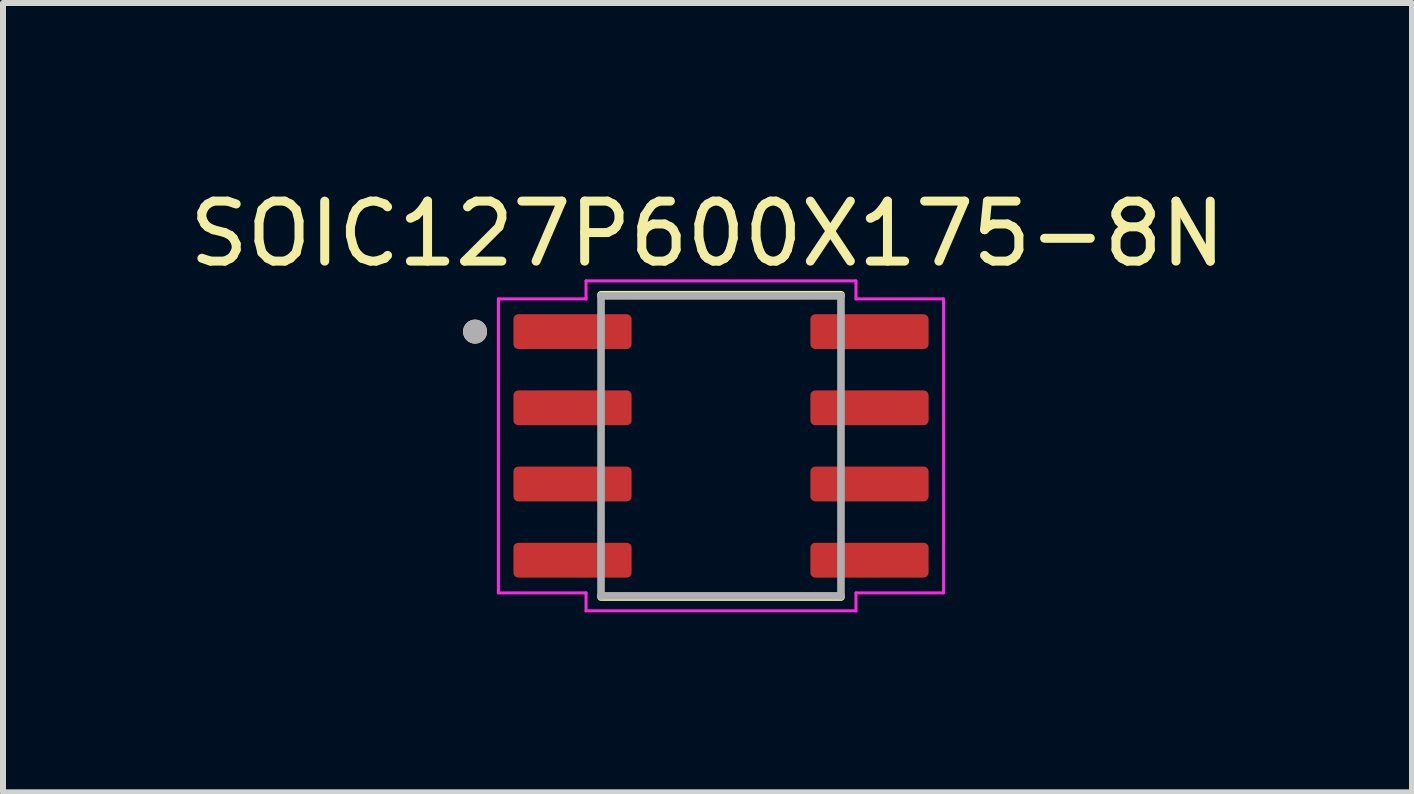
<source format=kicad_pcb>
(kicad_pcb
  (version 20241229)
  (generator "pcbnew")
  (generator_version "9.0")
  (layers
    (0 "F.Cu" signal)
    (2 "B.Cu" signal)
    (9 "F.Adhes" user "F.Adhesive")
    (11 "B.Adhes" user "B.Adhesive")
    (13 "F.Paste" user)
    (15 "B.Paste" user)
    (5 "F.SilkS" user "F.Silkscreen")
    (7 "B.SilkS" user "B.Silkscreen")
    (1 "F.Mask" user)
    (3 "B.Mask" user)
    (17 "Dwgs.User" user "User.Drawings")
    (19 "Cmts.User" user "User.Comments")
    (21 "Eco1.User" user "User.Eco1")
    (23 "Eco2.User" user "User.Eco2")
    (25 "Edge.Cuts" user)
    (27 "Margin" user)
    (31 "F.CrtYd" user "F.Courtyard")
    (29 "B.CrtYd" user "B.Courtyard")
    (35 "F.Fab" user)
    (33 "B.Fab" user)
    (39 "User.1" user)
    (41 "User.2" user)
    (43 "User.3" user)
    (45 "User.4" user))
  (footprint "SOIC127P600X175-8N"
    (layer "F.Cu")
    (at 8.969 4.383)
    (property "Reference" "SOIC127P600X175-8N" (at -0.225 -3.535 0) (layer "F.SilkS") (effects (font (size 1 1) (thickness 0.15))))
    (attr smd)
    (fp_line (start -2 -2.52) (end 2 -2.52) (stroke (width 0.127) (type solid)) (layer "F.SilkS"))
    (fp_line (start -2 2.52) (end 2 2.52) (stroke (width 0.127) (type solid)) (layer "F.SilkS"))
    (fp_circle (center -4.1 -1.905) (end -4 -1.905) (stroke (width 0.2) (type solid)) (fill no) (layer "F.SilkS"))
    (fp_line (start -3.71 -2.45) (end -2.25 -2.45) (stroke (width 0.05) (type solid)) (layer "F.CrtYd"))
    (fp_line (start -3.71 2.45) (end -3.71 -2.45) (stroke (width 0.05) (type solid)) (layer "F.CrtYd"))
    (fp_line (start -2.25 -2.75) (end 2.25 -2.75) (stroke (width 0.05) (type solid)) (layer "F.CrtYd"))
    (fp_line (start -2.25 -2.45) (end -2.25 -2.75) (stroke (width 0.05) (type solid)) (layer "F.CrtYd"))
    (fp_line (start -2.25 2.45) (end -3.71 2.45) (stroke (width 0.05) (type solid)) (layer "F.CrtYd"))
    (fp_line (start -2.25 2.75) (end -2.25 2.45) (stroke (width 0.05) (type solid)) (layer "F.CrtYd"))
    (fp_line (start 2.25 -2.75) (end 2.25 -2.45) (stroke (width 0.05) (type solid)) (layer "F.CrtYd"))
    (fp_line (start 2.25 -2.45) (end 3.71 -2.45) (stroke (width 0.05) (type solid)) (layer "F.CrtYd"))
    (fp_line (start 2.25 2.45) (end 2.25 2.75) (stroke (width 0.05) (type solid)) (layer "F.CrtYd"))
    (fp_line (start 2.25 2.75) (end -2.25 2.75) (stroke (width 0.05) (type solid)) (layer "F.CrtYd"))
    (fp_line (start 3.71 2.45) (end 2.25 2.45) (stroke (width 0.05) (type solid)) (layer "F.CrtYd"))
    (fp_line (start 3.71 2.45) (end 3.71 -2.45) (stroke (width 0.05) (type solid)) (layer "F.CrtYd"))
    (fp_line (start -2 -2.5) (end 2 -2.5) (stroke (width 0.127) (type solid)) (layer "F.Fab"))
    (fp_line (start -2 2.5) (end -2 -2.5) (stroke (width 0.127) (type solid)) (layer "F.Fab"))
    (fp_line (start 2 -2.5) (end 2 2.5) (stroke (width 0.127) (type solid)) (layer "F.Fab"))
    (fp_line (start 2 2.5) (end -2 2.5) (stroke (width 0.127) (type solid)) (layer "F.Fab"))
    (fp_circle (center -4.1 -1.905) (end -4 -1.905) (stroke (width 0.2) (type solid)) (fill no) (layer "F.Fab"))
    (pad "1" smd roundrect (at -2.475 -1.905) (size 1.97 0.58) (layers "F.Cu" "F.Mask" "F.Paste") (roundrect_rratio 0.14))
    (pad "2" smd roundrect (at -2.475 -0.635) (size 1.97 0.58) (layers "F.Cu" "F.Mask" "F.Paste") (roundrect_rratio 0.14))
    (pad "3" smd roundrect (at -2.475 0.635) (size 1.97 0.58) (layers "F.Cu" "F.Mask" "F.Paste") (roundrect_rratio 0.14))
    (pad "4" smd roundrect (at -2.475 1.905) (size 1.97 0.58) (layers "F.Cu" "F.Mask" "F.Paste") (roundrect_rratio 0.14))
    (pad "5" smd roundrect (at 2.475 1.905 180) (size 1.97 0.58) (layers "F.Cu" "F.Mask" "F.Paste") (roundrect_rratio 0.14))
    (pad "6" smd roundrect (at 2.475 0.635 180) (size 1.97 0.58) (layers "F.Cu" "F.Mask" "F.Paste") (roundrect_rratio 0.14))
    (pad "7" smd roundrect (at 2.475 -0.635 180) (size 1.97 0.58) (layers "F.Cu" "F.Mask" "F.Paste") (roundrect_rratio 0.14))
    (pad "8" smd roundrect (at 2.475 -1.905 180) (size 1.97 0.58) (layers "F.Cu" "F.Mask" "F.Paste") (roundrect_rratio 0.14)))
  (gr_rect
    (start -3 -3)
    (end 20.488 10.158)
    (stroke (width 0.1) (type default))
    (fill no)
    (layer "Edge.Cuts")))
</source>
